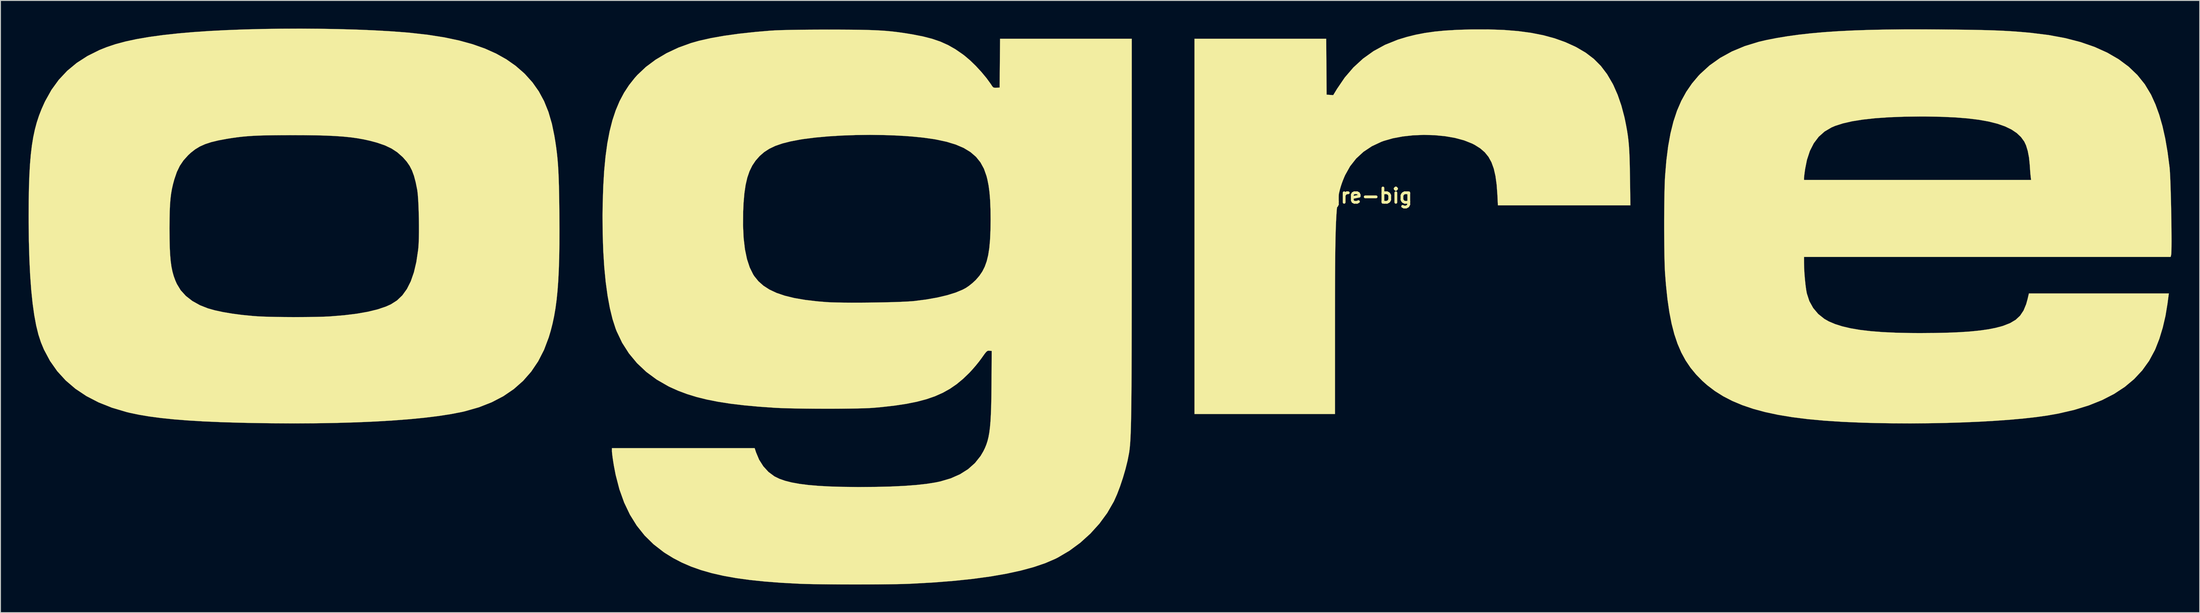
<source format=kicad_pcb>
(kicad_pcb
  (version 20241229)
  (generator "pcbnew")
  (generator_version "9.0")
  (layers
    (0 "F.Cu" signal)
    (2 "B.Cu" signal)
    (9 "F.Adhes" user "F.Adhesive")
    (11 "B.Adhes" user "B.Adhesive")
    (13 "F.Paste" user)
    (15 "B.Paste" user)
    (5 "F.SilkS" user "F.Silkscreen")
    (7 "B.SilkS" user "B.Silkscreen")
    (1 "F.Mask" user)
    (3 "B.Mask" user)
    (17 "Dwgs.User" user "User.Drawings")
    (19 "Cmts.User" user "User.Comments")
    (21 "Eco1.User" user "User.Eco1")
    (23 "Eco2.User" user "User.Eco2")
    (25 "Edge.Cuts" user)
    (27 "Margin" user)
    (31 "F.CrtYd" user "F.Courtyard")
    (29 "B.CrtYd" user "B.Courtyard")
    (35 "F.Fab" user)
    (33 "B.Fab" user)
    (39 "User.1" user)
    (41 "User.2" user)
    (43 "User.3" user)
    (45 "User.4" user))
  (footprint "ogre-big"
    (layer "F.Cu")
    (at 142.412 17.847)
    (property "Reference" "ogre-big" (at 0 0 0) (layer "F.SilkS") (effects (font (size 1.524 1.524) (thickness 0.3))))
    (attr through_hole)
    (fp_poly (pts (xy 14.958 -17.702) (xy 16.487 -17.579) (xy 17.895 -17.39) (xy 19.195 -17.132) (xy 20.4 -16.803) (xy 21.521 -16.402) (xy 22.572 -15.926) (xy 22.707 -15.858) (xy 23.703 -15.273) (xy 24.567 -14.614) (xy 25.32 -13.858) (xy 25.982 -12.984) (xy 26.574 -11.972) (xy 26.662 -11.799) (xy 27.113 -10.772) (xy 27.507 -9.629) (xy 27.828 -8.416) (xy 27.897 -8.096) (xy 28.018 -7.489) (xy 28.118 -6.935) (xy 28.199 -6.409) (xy 28.263 -5.881) (xy 28.314 -5.326) (xy 28.352 -4.717) (xy 28.381 -4.026) (xy 28.403 -3.225) (xy 28.42 -2.289) (xy 28.424 -2.053) (xy 28.468 1.016) (xy 14.335 1.016) (xy 14.28 -0.106) (xy 14.202 -1.182) (xy 14.075 -2.11) (xy 13.893 -2.905) (xy 13.647 -3.582) (xy 13.33 -4.158) (xy 12.933 -4.647) (xy 12.449 -5.066) (xy 11.87 -5.431) (xy 11.564 -5.587) (xy 10.723 -5.92) (xy 9.759 -6.179) (xy 8.704 -6.363) (xy 7.587 -6.471) (xy 6.44 -6.502) (xy 5.291 -6.457) (xy 4.172 -6.335) (xy 3.113 -6.135) (xy 2.144 -5.856) (xy 1.9 -5.766) (xy 0.888 -5.292) (xy -0.007 -4.697) (xy -0.782 -3.984) (xy -1.433 -3.157) (xy -1.957 -2.22) (xy -2.07 -1.963) (xy -2.2 -1.643) (xy -2.317 -1.329) (xy -2.423 -1.01) (xy -2.519 -0.678) (xy -2.604 -0.323) (xy -2.68 0.064) (xy -2.747 0.492) (xy -2.805 0.97) (xy -2.855 1.508) (xy -2.898 2.115) (xy -2.934 2.799) (xy -2.964 3.571) (xy -2.988 4.44) (xy -3.007 5.413) (xy -3.022 6.502) (xy -3.032 7.715) (xy -3.04 9.061) (xy -3.044 10.55) (xy -3.046 12.19) (xy -3.047 13.822) (xy -3.048 23.283) (xy -18.034 23.283) (xy -18.034 -16.764) (xy -3.982 -16.764) (xy -3.937 -10.795) (xy -3.586 -10.769) (xy -3.235 -10.744) (xy -2.835 -11.404) (xy -2.008 -12.62) (xy -1.083 -13.697) (xy -0.059 -14.638) (xy 1.066 -15.443) (xy 2.292 -16.113) (xy 3.622 -16.649) (xy 3.716 -16.681) (xy 4.633 -16.961) (xy 5.565 -17.192) (xy 6.535 -17.38) (xy 7.57 -17.526) (xy 8.694 -17.635) (xy 9.931 -17.709) (xy 11.309 -17.753) (xy 11.487 -17.757) (xy 13.295 -17.76) (xy 14.958 -17.702)) (stroke (width 0.01) (type solid)) (fill yes) (layer "F.SilkS"))
    (fp_poly (pts (xy 61.51 -17.754) (xy 62.835 -17.741) (xy 64.009 -17.727) (xy 65.051 -17.71) (xy 65.979 -17.692) (xy 66.812 -17.669) (xy 67.569 -17.643) (xy 68.267 -17.611) (xy 68.926 -17.575) (xy 69.564 -17.532) (xy 70.199 -17.482) (xy 70.851 -17.425) (xy 71.162 -17.396) (xy 73.078 -17.16) (xy 74.854 -16.831) (xy 76.489 -16.408) (xy 77.984 -15.891) (xy 79.337 -15.281) (xy 80.551 -14.578) (xy 81.623 -13.781) (xy 82.554 -12.891) (xy 83.344 -11.907) (xy 83.992 -10.831) (xy 84.031 -10.755) (xy 84.485 -9.752) (xy 84.883 -8.655) (xy 85.229 -7.45) (xy 85.526 -6.123) (xy 85.777 -4.66) (xy 85.987 -3.048) (xy 86.014 -2.738) (xy 86.04 -2.297) (xy 86.066 -1.747) (xy 86.09 -1.107) (xy 86.112 -0.397) (xy 86.133 0.362) (xy 86.152 1.152) (xy 86.167 1.952) (xy 86.18 2.741) (xy 86.19 3.501) (xy 86.195 4.211) (xy 86.197 4.85) (xy 86.194 5.4) (xy 86.187 5.84) (xy 86.174 6.15) (xy 86.156 6.307) (xy 86.103 6.519) (xy 46.99 6.519) (xy 46.991 7.176) (xy 47.004 7.696) (xy 47.037 8.289) (xy 47.088 8.906) (xy 47.15 9.499) (xy 47.22 10.018) (xy 47.292 10.414) (xy 47.56 11.236) (xy 47.97 11.973) (xy 48.509 12.611) (xy 49.168 13.136) (xy 49.642 13.404) (xy 50.31 13.686) (xy 51.081 13.93) (xy 51.964 14.136) (xy 52.967 14.306) (xy 54.098 14.44) (xy 55.366 14.54) (xy 56.778 14.606) (xy 58.344 14.64) (xy 59.351 14.646) (xy 60.928 14.635) (xy 62.348 14.603) (xy 63.619 14.549) (xy 64.752 14.472) (xy 65.758 14.37) (xy 66.645 14.243) (xy 67.426 14.09) (xy 68.108 13.911) (xy 68.241 13.87) (xy 68.978 13.581) (xy 69.573 13.227) (xy 70.045 12.785) (xy 70.41 12.238) (xy 70.689 11.564) (xy 70.835 11.037) (xy 70.982 10.414) (xy 85.913 10.414) (xy 85.886 10.604) (xy 85.863 10.775) (xy 85.825 11.06) (xy 85.78 11.407) (xy 85.766 11.515) (xy 85.553 12.808) (xy 85.259 14.071) (xy 84.896 15.263) (xy 84.475 16.34) (xy 84.408 16.488) (xy 83.806 17.605) (xy 83.072 18.627) (xy 82.206 19.556) (xy 81.205 20.393) (xy 80.068 21.139) (xy 78.793 21.795) (xy 77.377 22.363) (xy 75.82 22.843) (xy 74.119 23.236) (xy 72.94 23.445) (xy 71.756 23.611) (xy 70.42 23.761) (xy 68.952 23.893) (xy 67.368 24.007) (xy 65.687 24.103) (xy 63.926 24.179) (xy 62.103 24.235) (xy 60.236 24.27) (xy 58.342 24.284) (xy 56.439 24.275) (xy 54.545 24.244) (xy 53.213 24.207) (xy 51.118 24.119) (xy 49.181 23.994) (xy 47.393 23.829) (xy 45.746 23.622) (xy 44.232 23.372) (xy 42.843 23.076) (xy 41.571 22.731) (xy 40.406 22.336) (xy 39.343 21.89) (xy 38.371 21.388) (xy 37.483 20.83) (xy 36.671 20.213) (xy 36.154 19.755) (xy 35.483 19.071) (xy 34.886 18.346) (xy 34.36 17.566) (xy 33.899 16.72) (xy 33.5 15.794) (xy 33.157 14.775) (xy 32.866 13.651) (xy 32.624 12.409) (xy 32.424 11.036) (xy 32.264 9.519) (xy 32.165 8.255) (xy 32.138 7.746) (xy 32.116 7.094) (xy 32.098 6.324) (xy 32.085 5.463) (xy 32.076 4.536) (xy 32.072 3.569) (xy 32.072 2.588) (xy 32.077 1.619) (xy 32.087 0.688) (xy 32.101 -0.179) (xy 32.119 -0.956) (xy 32.142 -1.618) (xy 32.146 -1.693) (xy 46.99 -1.693) (xy 71.215 -1.693) (xy 71.171 -2.053) (xy 71.146 -2.294) (xy 71.117 -2.647) (xy 71.088 -3.056) (xy 71.073 -3.299) (xy 70.994 -4.08) (xy 70.859 -4.786) (xy 70.676 -5.385) (xy 70.486 -5.791) (xy 70.138 -6.271) (xy 69.685 -6.7) (xy 69.12 -7.078) (xy 68.438 -7.408) (xy 67.634 -7.69) (xy 66.7 -7.926) (xy 65.632 -8.117) (xy 64.423 -8.265) (xy 63.068 -8.371) (xy 61.56 -8.437) (xy 59.895 -8.464) (xy 59.478 -8.465) (xy 57.681 -8.444) (xy 56.048 -8.382) (xy 54.578 -8.28) (xy 53.271 -8.137) (xy 52.124 -7.954) (xy 51.139 -7.729) (xy 50.314 -7.464) (xy 49.922 -7.297) (xy 49.186 -6.863) (xy 48.557 -6.302) (xy 48.035 -5.613) (xy 47.618 -4.794) (xy 47.305 -3.843) (xy 47.115 -2.894) (xy 47.061 -2.519) (xy 47.019 -2.19) (xy 46.994 -1.955) (xy 46.99 -1.884) (xy 46.99 -1.693) (xy 32.146 -1.693) (xy 32.166 -2.074) (xy 32.303 -3.75) (xy 32.495 -5.277) (xy 32.746 -6.667) (xy 33.06 -7.932) (xy 33.442 -9.084) (xy 33.897 -10.136) (xy 34.427 -11.099) (xy 35.037 -11.987) (xy 35.731 -12.811) (xy 35.904 -12.993) (xy 36.909 -13.91) (xy 38.039 -14.714) (xy 39.292 -15.403) (xy 40.666 -15.977) (xy 42.162 -16.436) (xy 42.976 -16.626) (xy 44.078 -16.841) (xy 45.234 -17.032) (xy 46.452 -17.199) (xy 47.745 -17.343) (xy 49.124 -17.465) (xy 50.598 -17.565) (xy 52.178 -17.644) (xy 53.876 -17.703) (xy 55.702 -17.743) (xy 57.667 -17.763) (xy 59.781 -17.765) (xy 61.51 -17.754)) (stroke (width 0.01) (type solid)) (fill yes) (layer "F.SilkS"))
    (fp_poly (pts (xy -111.421 -17.829) (xy -109.448 -17.795) (xy -107.532 -17.741) (xy -105.699 -17.666) (xy -103.973 -17.571) (xy -102.379 -17.456) (xy -101.685 -17.395) (xy -99.804 -17.183) (xy -98.076 -16.912) (xy -96.492 -16.578) (xy -95.044 -16.179) (xy -93.724 -15.713) (xy -92.526 -15.175) (xy -91.44 -14.565) (xy -90.46 -13.878) (xy -89.577 -13.111) (xy -89.441 -12.978) (xy -88.654 -12.101) (xy -87.982 -11.147) (xy -87.418 -10.104) (xy -86.954 -8.954) (xy -86.583 -7.684) (xy -86.318 -6.392) (xy -86.214 -5.756) (xy -86.125 -5.151) (xy -86.05 -4.556) (xy -85.987 -3.95) (xy -85.935 -3.314) (xy -85.894 -2.625) (xy -85.86 -1.864) (xy -85.834 -1.01) (xy -85.814 -0.041) (xy -85.798 1.062) (xy -85.79 1.874) (xy -85.78 3.591) (xy -85.785 5.152) (xy -85.807 6.571) (xy -85.847 7.862) (xy -85.905 9.036) (xy -85.983 10.109) (xy -86.082 11.092) (xy -86.203 12) (xy -86.348 12.846) (xy -86.517 13.642) (xy -86.711 14.402) (xy -86.919 15.1) (xy -87.424 16.438) (xy -88.048 17.657) (xy -88.793 18.761) (xy -89.659 19.748) (xy -90.649 20.621) (xy -91.763 21.381) (xy -93.003 22.028) (xy -94.37 22.564) (xy -95.865 22.99) (xy -96.181 23.063) (xy -97.346 23.29) (xy -98.671 23.495) (xy -100.148 23.677) (xy -101.769 23.836) (xy -103.527 23.971) (xy -105.415 24.083) (xy -107.423 24.17) (xy -109.544 24.233) (xy -111.771 24.271) (xy -114.096 24.283) (xy -116.51 24.27) (xy -119.007 24.231) (xy -119.973 24.209) (xy -121.939 24.149) (xy -123.744 24.071) (xy -125.397 23.972) (xy -126.903 23.853) (xy -128.272 23.712) (xy -129.511 23.549) (xy -130.627 23.363) (xy -131.628 23.154) (xy -131.953 23.075) (xy -133.519 22.61) (xy -134.951 22.04) (xy -136.251 21.366) (xy -137.418 20.587) (xy -138.453 19.702) (xy -139.357 18.712) (xy -140.129 17.615) (xy -140.771 16.412) (xy -141.096 15.631) (xy -141.366 14.803) (xy -141.604 13.833) (xy -141.81 12.719) (xy -141.986 11.457) (xy -142.13 10.045) (xy -142.244 8.479) (xy -142.328 6.756) (xy -142.382 4.874) (xy -142.398 3.471) (xy -127.379 3.471) (xy -127.373 4.545) (xy -127.352 5.47) (xy -127.313 6.266) (xy -127.254 6.955) (xy -127.171 7.556) (xy -127.062 8.09) (xy -126.925 8.576) (xy -126.756 9.036) (xy -126.596 9.398) (xy -126.187 10.074) (xy -125.631 10.686) (xy -124.94 11.223) (xy -124.128 11.675) (xy -123.275 12.011) (xy -122.549 12.215) (xy -121.683 12.402) (xy -120.706 12.567) (xy -119.648 12.707) (xy -118.537 12.816) (xy -117.983 12.857) (xy -117.437 12.885) (xy -116.756 12.907) (xy -115.973 12.924) (xy -115.121 12.934) (xy -114.232 12.939) (xy -113.34 12.938) (xy -112.477 12.931) (xy -111.677 12.918) (xy -110.972 12.899) (xy -110.395 12.875) (xy -110.277 12.867) (xy -108.765 12.744) (xy -107.414 12.579) (xy -106.222 12.37) (xy -105.187 12.118) (xy -104.307 11.822) (xy -103.767 11.581) (xy -103.114 11.167) (xy -102.543 10.622) (xy -102.053 9.942) (xy -101.641 9.124) (xy -101.307 8.164) (xy -101.047 7.058) (xy -100.86 5.803) (xy -100.833 5.554) (xy -100.801 5.108) (xy -100.78 4.542) (xy -100.769 3.887) (xy -100.769 3.175) (xy -100.777 2.437) (xy -100.795 1.704) (xy -100.82 1.007) (xy -100.853 0.377) (xy -100.893 -0.154) (xy -100.939 -0.555) (xy -100.952 -0.635) (xy -101.117 -1.452) (xy -101.297 -2.131) (xy -101.508 -2.702) (xy -101.762 -3.198) (xy -102.074 -3.649) (xy -102.458 -4.086) (xy -102.529 -4.158) (xy -103.079 -4.645) (xy -103.691 -5.047) (xy -104.399 -5.383) (xy -105.236 -5.67) (xy -105.368 -5.708) (xy -106.005 -5.877) (xy -106.652 -6.02) (xy -107.326 -6.141) (xy -108.045 -6.241) (xy -108.827 -6.32) (xy -109.691 -6.381) (xy -110.653 -6.426) (xy -111.732 -6.456) (xy -112.946 -6.471) (xy -114.173 -6.475) (xy -115.282 -6.473) (xy -116.243 -6.465) (xy -117.079 -6.452) (xy -117.811 -6.431) (xy -118.461 -6.401) (xy -119.052 -6.362) (xy -119.604 -6.312) (xy -120.139 -6.25) (xy -120.68 -6.174) (xy -121.238 -6.086) (xy -122.151 -5.917) (xy -122.921 -5.731) (xy -123.575 -5.518) (xy -124.14 -5.265) (xy -124.641 -4.962) (xy -125.106 -4.597) (xy -125.401 -4.321) (xy -125.891 -3.776) (xy -126.281 -3.198) (xy -126.597 -2.542) (xy -126.862 -1.764) (xy -126.869 -1.74) (xy -127.008 -1.227) (xy -127.121 -0.728) (xy -127.209 -0.216) (xy -127.276 0.334) (xy -127.324 0.947) (xy -127.355 1.651) (xy -127.373 2.471) (xy -127.379 3.434) (xy -127.379 3.471) (xy -142.398 3.471) (xy -142.406 2.829) (xy -142.407 2.117) (xy -142.399 0.532) (xy -142.374 -0.898) (xy -142.33 -2.189) (xy -142.264 -3.356) (xy -142.174 -4.412) (xy -142.06 -5.373) (xy -141.917 -6.254) (xy -141.744 -7.069) (xy -141.54 -7.832) (xy -141.301 -8.559) (xy -141.026 -9.264) (xy -140.713 -9.962) (xy -140.636 -10.121) (xy -139.97 -11.312) (xy -139.191 -12.384) (xy -138.294 -13.34) (xy -137.274 -14.186) (xy -136.128 -14.924) (xy -134.849 -15.56) (xy -134.081 -15.869) (xy -133.133 -16.186) (xy -132.065 -16.472) (xy -130.868 -16.729) (xy -129.535 -16.957) (xy -128.058 -17.159) (xy -126.429 -17.336) (xy -124.756 -17.48) (xy -123.075 -17.593) (xy -121.278 -17.685) (xy -119.39 -17.756) (xy -117.436 -17.805) (xy -115.439 -17.834) (xy -113.426 -17.842) (xy -111.421 -17.829)) (stroke (width 0.01) (type solid)) (fill yes) (layer "F.SilkS"))
    (fp_poly (pts (xy -55.802 -17.735) (xy -54.73 -17.729) (xy -53.789 -17.718) (xy -52.959 -17.701) (xy -52.221 -17.676) (xy -51.555 -17.643) (xy -50.942 -17.601) (xy -50.362 -17.547) (xy -49.797 -17.482) (xy -49.226 -17.404) (xy -48.63 -17.312) (xy -48.133 -17.23) (xy -47.009 -17.011) (xy -46.021 -16.757) (xy -45.135 -16.453) (xy -44.319 -16.086) (xy -43.541 -15.643) (xy -42.769 -15.111) (xy -42.545 -14.941) (xy -41.965 -14.449) (xy -41.358 -13.859) (xy -40.762 -13.213) (xy -40.216 -12.555) (xy -39.76 -11.928) (xy -39.615 -11.702) (xy -39.501 -11.573) (xy -39.332 -11.528) (xy -39.158 -11.533) (xy -38.82 -11.557) (xy -38.775 -16.764) (xy -24.723 -16.764) (xy -24.724 3.323) (xy -24.724 5.653) (xy -24.725 7.819) (xy -24.726 9.829) (xy -24.728 11.689) (xy -24.73 13.405) (xy -24.733 14.985) (xy -24.736 16.433) (xy -24.741 17.758) (xy -24.746 18.964) (xy -24.753 20.059) (xy -24.76 21.05) (xy -24.769 21.941) (xy -24.779 22.741) (xy -24.79 23.455) (xy -24.803 24.09) (xy -24.817 24.652) (xy -24.832 25.148) (xy -24.85 25.584) (xy -24.869 25.967) (xy -24.889 26.303) (xy -24.912 26.598) (xy -24.936 26.859) (xy -24.963 27.092) (xy -24.991 27.304) (xy -25.016 27.463) (xy -25.175 28.275) (xy -25.397 29.167) (xy -25.666 30.089) (xy -25.968 30.993) (xy -26.287 31.832) (xy -26.608 32.556) (xy -26.649 32.639) (xy -27.34 33.839) (xy -28.177 34.98) (xy -29.141 36.045) (xy -30.214 37.016) (xy -31.378 37.873) (xy -32.613 38.6) (xy -32.893 38.741) (xy -33.952 39.197) (xy -35.175 39.613) (xy -36.559 39.989) (xy -38.103 40.325) (xy -39.805 40.62) (xy -41.665 40.874) (xy -43.68 41.086) (xy -45.849 41.258) (xy -48.171 41.387) (xy -48.514 41.402) (xy -49.105 41.422) (xy -49.839 41.439) (xy -50.689 41.452) (xy -51.632 41.462) (xy -52.64 41.468) (xy -53.69 41.471) (xy -54.755 41.471) (xy -55.81 41.468) (xy -56.83 41.461) (xy -57.79 41.451) (xy -58.663 41.438) (xy -59.425 41.421) (xy -60.051 41.401) (xy -60.198 41.395) (xy -62.106 41.293) (xy -63.858 41.159) (xy -65.466 40.992) (xy -66.941 40.789) (xy -68.294 40.547) (xy -69.538 40.263) (xy -70.682 39.935) (xy -71.739 39.561) (xy -72.719 39.137) (xy -73.635 38.661) (xy -74.497 38.13) (xy -74.672 38.012) (xy -75.743 37.181) (xy -76.697 36.242) (xy -77.536 35.19) (xy -78.262 34.022) (xy -78.877 32.734) (xy -79.384 31.321) (xy -79.784 29.779) (xy -79.973 28.801) (xy -80.048 28.338) (xy -80.111 27.906) (xy -80.156 27.547) (xy -80.178 27.301) (xy -80.179 27.256) (xy -80.179 26.924) (xy -64.953 26.924) (xy -64.809 27.369) (xy -64.477 28.16) (xy -64.028 28.866) (xy -63.481 29.464) (xy -62.855 29.929) (xy -62.811 29.954) (xy -62.315 30.195) (xy -61.721 30.404) (xy -61.019 30.583) (xy -60.201 30.732) (xy -59.26 30.853) (xy -58.185 30.946) (xy -56.97 31.013) (xy -55.606 31.054) (xy -54.084 31.071) (xy -53.752 31.072) (xy -51.998 31.059) (xy -50.409 31.019) (xy -48.983 30.951) (xy -47.717 30.856) (xy -46.61 30.734) (xy -45.659 30.583) (xy -45.152 30.477) (xy -44.039 30.149) (xy -43.05 29.712) (xy -42.189 29.168) (xy -41.457 28.518) (xy -40.857 27.765) (xy -40.557 27.256) (xy -40.386 26.905) (xy -40.239 26.545) (xy -40.114 26.161) (xy -40.009 25.738) (xy -39.923 25.261) (xy -39.853 24.713) (xy -39.798 24.081) (xy -39.756 23.348) (xy -39.725 22.5) (xy -39.703 21.521) (xy -39.69 20.395) (xy -39.685 19.77) (xy -39.666 16.552) (xy -39.922 16.527) (xy -40.04 16.527) (xy -40.147 16.567) (xy -40.265 16.671) (xy -40.419 16.862) (xy -40.635 17.164) (xy -40.722 17.289) (xy -41.01 17.677) (xy -41.37 18.122) (xy -41.753 18.564) (xy -42.053 18.887) (xy -42.718 19.529) (xy -43.402 20.095) (xy -44.119 20.589) (xy -44.887 21.018) (xy -45.72 21.388) (xy -46.634 21.704) (xy -47.644 21.971) (xy -48.767 22.197) (xy -50.017 22.385) (xy -51.41 22.543) (xy -52.282 22.621) (xy -52.724 22.649) (xy -53.311 22.672) (xy -54.02 22.691) (xy -54.828 22.705) (xy -55.71 22.715) (xy -56.643 22.72) (xy -57.603 22.72) (xy -58.567 22.716) (xy -59.511 22.708) (xy -60.41 22.695) (xy -61.243 22.677) (xy -61.984 22.655) (xy -62.61 22.629) (xy -62.823 22.617) (xy -64.548 22.496) (xy -66.12 22.351) (xy -67.551 22.179) (xy -68.857 21.976) (xy -70.051 21.74) (xy -71.146 21.469) (xy -72.158 21.158) (xy -73.1 20.806) (xy -73.986 20.41) (xy -74.166 20.321) (xy -75.401 19.611) (xy -76.516 18.788) (xy -77.506 17.854) (xy -78.366 16.817) (xy -79.092 15.682) (xy -79.678 14.452) (xy -79.784 14.182) (xy -80.114 13.163) (xy -80.401 11.987) (xy -80.645 10.663) (xy -80.845 9.199) (xy -80.999 7.6) (xy -81.107 5.876) (xy -81.168 4.035) (xy -81.174 3.183) (xy -66.194 3.183) (xy -66.13 4.522) (xy -65.99 5.711) (xy -65.773 6.752) (xy -65.48 7.644) (xy -65.111 8.39) (xy -64.988 8.58) (xy -64.552 9.117) (xy -64.018 9.591) (xy -63.378 10.003) (xy -62.622 10.358) (xy -61.742 10.657) (xy -60.73 10.905) (xy -59.576 11.104) (xy -58.272 11.258) (xy -57.277 11.34) (xy -56.786 11.365) (xy -56.163 11.383) (xy -55.431 11.395) (xy -54.617 11.4) (xy -53.746 11.399) (xy -52.845 11.392) (xy -51.938 11.38) (xy -51.051 11.363) (xy -50.21 11.342) (xy -49.441 11.316) (xy -48.769 11.285) (xy -48.219 11.251) (xy -47.879 11.221) (xy -46.609 11.055) (xy -45.452 10.848) (xy -44.42 10.604) (xy -43.525 10.327) (xy -42.779 10.018) (xy -42.418 9.826) (xy -42.085 9.599) (xy -41.716 9.303) (xy -41.385 8.996) (xy -41.349 8.959) (xy -40.978 8.53) (xy -40.665 8.069) (xy -40.408 7.559) (xy -40.201 6.984) (xy -40.041 6.326) (xy -39.923 5.569) (xy -39.844 4.696) (xy -39.799 3.689) (xy -39.785 2.533) (xy -39.785 2.498) (xy -39.797 1.41) (xy -39.835 0.466) (xy -39.901 -0.359) (xy -39.997 -1.087) (xy -40.127 -1.743) (xy -40.222 -2.116) (xy -40.496 -2.892) (xy -40.868 -3.572) (xy -41.345 -4.164) (xy -41.937 -4.673) (xy -42.653 -5.107) (xy -43.502 -5.471) (xy -44.494 -5.772) (xy -45.636 -6.016) (xy -45.847 -6.052) (xy -46.999 -6.214) (xy -48.286 -6.34) (xy -49.676 -6.43) (xy -51.139 -6.484) (xy -52.644 -6.503) (xy -54.16 -6.486) (xy -55.655 -6.433) (xy -57.1 -6.345) (xy -58.462 -6.222) (xy -59.712 -6.064) (xy -60.108 -6.002) (xy -61.132 -5.807) (xy -62.006 -5.585) (xy -62.752 -5.327) (xy -63.388 -5.024) (xy -63.935 -4.67) (xy -64.412 -4.256) (xy -64.425 -4.243) (xy -64.852 -3.759) (xy -65.209 -3.227) (xy -65.502 -2.629) (xy -65.737 -1.949) (xy -65.918 -1.168) (xy -66.05 -0.27) (xy -66.139 0.763) (xy -66.181 1.693) (xy -66.194 3.183) (xy -81.174 3.183) (xy -81.181 2.082) (xy -81.166 0.847) (xy -81.108 -0.988) (xy -81.009 -2.668) (xy -80.864 -4.204) (xy -80.672 -5.608) (xy -80.428 -6.888) (xy -80.132 -8.057) (xy -79.778 -9.124) (xy -79.366 -10.101) (xy -78.892 -10.996) (xy -78.352 -11.822) (xy -77.745 -12.588) (xy -77.463 -12.902) (xy -76.559 -13.755) (xy -75.516 -14.532) (xy -74.353 -15.223) (xy -73.087 -15.818) (xy -71.736 -16.307) (xy -70.878 -16.549) (xy -69.623 -16.831) (xy -68.21 -17.081) (xy -66.636 -17.3) (xy -64.9 -17.488) (xy -63.246 -17.628) (xy -62.722 -17.658) (xy -62.036 -17.684) (xy -61.194 -17.704) (xy -60.203 -17.72) (xy -59.068 -17.731) (xy -57.798 -17.736) (xy -57.023 -17.737) (xy -55.802 -17.735)) (stroke (width 0.01) (type solid)) (fill yes) (layer "F.SilkS")))
  (gr_rect
    (start -3 -3)
    (end 231.614 62.323)
    (stroke (width 0.1) (type default))
    (fill no)
    (layer "Edge.Cuts")))
</source>
